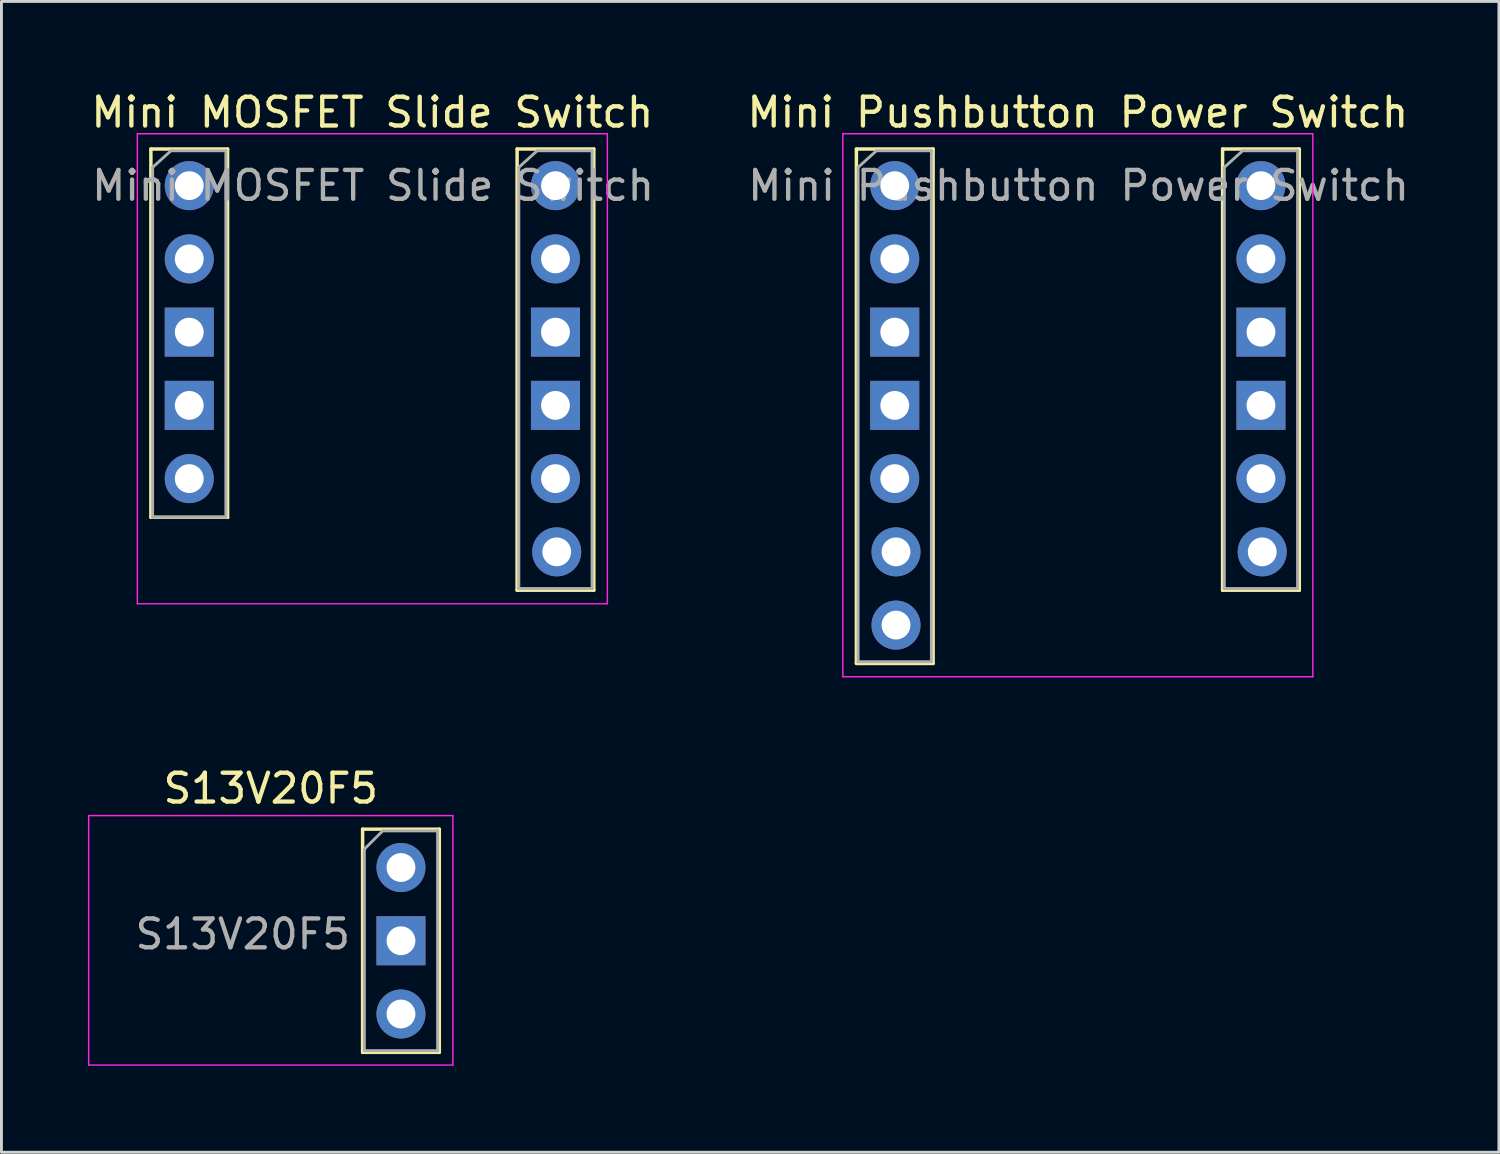
<source format=kicad_pcb>
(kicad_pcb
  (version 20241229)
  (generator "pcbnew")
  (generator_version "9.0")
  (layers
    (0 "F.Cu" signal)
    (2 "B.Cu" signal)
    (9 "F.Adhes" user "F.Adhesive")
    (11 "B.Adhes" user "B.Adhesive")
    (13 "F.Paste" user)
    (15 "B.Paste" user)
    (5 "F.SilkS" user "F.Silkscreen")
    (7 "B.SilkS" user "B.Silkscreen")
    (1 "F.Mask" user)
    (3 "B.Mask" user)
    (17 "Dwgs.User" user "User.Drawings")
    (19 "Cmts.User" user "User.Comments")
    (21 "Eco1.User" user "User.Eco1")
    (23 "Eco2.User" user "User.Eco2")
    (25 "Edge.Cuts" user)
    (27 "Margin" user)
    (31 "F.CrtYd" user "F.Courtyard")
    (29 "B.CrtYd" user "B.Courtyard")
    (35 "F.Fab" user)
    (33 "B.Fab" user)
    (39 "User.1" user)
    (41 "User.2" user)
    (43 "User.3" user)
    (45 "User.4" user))
  (footprint "Mini MOSFET Slide Switch"
    (layer "F.Cu")
    (at 9.863 3.388)
    (property "Reference" "Mini MOSFET Slide Switch" (at 0 -2.54 0) (layer "F.SilkS") (effects (font (size 1 1) (thickness 0.15))))
    (attr through_hole)
    (fp_line (start -7.68 -1.27) (end -7.68 11.5) (stroke (width 0.12) (type solid)) (layer "F.SilkS"))
    (fp_line (start -7.68 -1.27) (end -5.02 -1.27) (stroke (width 0.12) (type solid)) (layer "F.SilkS"))
    (fp_line (start -7.68 11.5) (end -5.02 11.5) (stroke (width 0.12) (type solid)) (layer "F.SilkS"))
    (fp_line (start -5.02 -1.27) (end -5.02 11.5) (stroke (width 0.12) (type solid)) (layer "F.SilkS"))
    (fp_line (start 5.02 -1.27) (end 5.02 14.03) (stroke (width 0.12) (type solid)) (layer "F.SilkS"))
    (fp_line (start 5.02 -1.27) (end 7.68 -1.27) (stroke (width 0.12) (type solid)) (layer "F.SilkS"))
    (fp_line (start 5.02 14.03) (end 7.68 14.03) (stroke (width 0.12) (type solid)) (layer "F.SilkS"))
    (fp_line (start 7.68 -1.27) (end 7.68 14.03) (stroke (width 0.12) (type solid)) (layer "F.SilkS"))
    (fp_line (start -8.15 -1.8) (end -8.15 14.5) (stroke (width 0.05) (type solid)) (layer "F.CrtYd"))
    (fp_line (start -8.15 14.5) (end 8.15 14.5) (stroke (width 0.05) (type solid)) (layer "F.CrtYd"))
    (fp_line (start 8.15 -1.8) (end -8.15 -1.8) (stroke (width 0.05) (type solid)) (layer "F.CrtYd"))
    (fp_line (start 8.15 -1.8) (end 8.15 14.5) (stroke (width 0.05) (type solid)) (layer "F.CrtYd"))
    (fp_line (start -7.62 -0.635) (end -6.985 -1.21) (stroke (width 0.1) (type solid)) (layer "F.Fab"))
    (fp_line (start -7.62 11.5) (end -7.62 -0.635) (stroke (width 0.1) (type solid)) (layer "F.Fab"))
    (fp_line (start -6.985 -1.21) (end -5.08 -1.21) (stroke (width 0.1) (type solid)) (layer "F.Fab"))
    (fp_line (start -5.08 -1.21) (end -5.08 11.5) (stroke (width 0.1) (type solid)) (layer "F.Fab"))
    (fp_line (start -5.08 11.5) (end -7.62 11.5) (stroke (width 0.1) (type solid)) (layer "F.Fab"))
    (fp_line (start 5.08 -0.635) (end 5.715 -1.21) (stroke (width 0.1) (type solid)) (layer "F.Fab"))
    (fp_line (start 5.08 13.97) (end 5.08 -0.635) (stroke (width 0.1) (type solid)) (layer "F.Fab"))
    (fp_line (start 5.715 -1.21) (end 7.62 -1.21) (stroke (width 0.1) (type solid)) (layer "F.Fab"))
    (fp_line (start 7.62 -1.21) (end 7.62 13.97) (stroke (width 0.1) (type solid)) (layer "F.Fab"))
    (fp_line (start 7.62 13.97) (end 5.08 13.97) (stroke (width 0.1) (type solid)) (layer "F.Fab"))
    (fp_text user "${REFERENCE}" (at 0.025 0 180) (layer "F.Fab") (effects (font (size 1 1) (thickness 0.15))))
    (pad "1" thru_hole oval (at -6.35 0) (size 1.7 1.7) (drill 1) (layers "*.Cu" "*.Mask"))
    (pad "1" thru_hole oval (at -6.35 2.54) (size 1.7 1.7) (drill 1) (layers "*.Cu" "*.Mask"))
    (pad "2" thru_hole oval (at 6.35 0) (size 1.7 1.7) (drill 1) (layers "*.Cu" "*.Mask"))
    (pad "2" thru_hole oval (at 6.35 2.54) (size 1.7 1.7) (drill 1) (layers "*.Cu" "*.Mask"))
    (pad "3" thru_hole rect (at -6.35 5.08) (size 1.7 1.7) (drill 1) (layers "*.Cu" "*.Mask"))
    (pad "3" thru_hole rect (at -6.35 7.62) (size 1.7 1.7) (drill 1) (layers "*.Cu" "*.Mask"))
    (pad "4" thru_hole rect (at 6.35 5.08) (size 1.7 1.7) (drill 1) (layers "*.Cu" "*.Mask"))
    (pad "4" thru_hole rect (at 6.35 7.62) (size 1.7 1.7) (drill 1) (layers "*.Cu" "*.Mask"))
    (pad "5" thru_hole oval (at -6.35 10.16) (size 1.7 1.7) (drill 1) (layers "*.Cu" "*.Mask"))
    (pad "6" thru_hole oval (at 6.35 10.16) (size 1.7 1.7) (drill 1) (layers "*.Cu" "*.Mask"))
    (pad "8" thru_hole oval (at 6.394 12.7) (size 1.7 1.7) (drill 1) (layers "*.Cu" "*.Mask")))
  (footprint "S13V20F5"
    (layer "F.Cu")
    (at 6.34 27.035)
    (property "Reference" "S13V20F5" (at 0 -2.743 0) (layer "F.SilkS") (effects (font (size 1 1) (thickness 0.15))))
    (attr through_hole)
    (fp_line (start 3.185 -1.33) (end 3.185 6.41) (stroke (width 0.12) (type solid)) (layer "F.SilkS"))
    (fp_line (start 3.185 -1.33) (end 5.845 -1.33) (stroke (width 0.12) (type solid)) (layer "F.SilkS"))
    (fp_line (start 3.185 6.41) (end 5.845 6.41) (stroke (width 0.12) (type solid)) (layer "F.SilkS"))
    (fp_line (start 5.845 -1.33) (end 5.845 6.41) (stroke (width 0.12) (type solid)) (layer "F.SilkS"))
    (fp_line (start -6.315 -1.8) (end -6.315 6.85) (stroke (width 0.05) (type solid)) (layer "F.CrtYd"))
    (fp_line (start -6.315 6.85) (end 6.315 6.85) (stroke (width 0.05) (type solid)) (layer "F.CrtYd"))
    (fp_line (start 6.315 -1.8) (end -6.315 -1.8) (stroke (width 0.05) (type solid)) (layer "F.CrtYd"))
    (fp_line (start 6.315 6.85) (end 6.315 -1.8) (stroke (width 0.05) (type solid)) (layer "F.CrtYd"))
    (fp_line (start 3.245 -0.635) (end 3.88 -1.27) (stroke (width 0.1) (type solid)) (layer "F.Fab"))
    (fp_line (start 3.245 6.35) (end 3.245 -0.635) (stroke (width 0.1) (type solid)) (layer "F.Fab"))
    (fp_line (start 3.88 -1.27) (end 5.785 -1.27) (stroke (width 0.1) (type solid)) (layer "F.Fab"))
    (fp_line (start 5.785 -1.27) (end 5.785 6.35) (stroke (width 0.1) (type solid)) (layer "F.Fab"))
    (fp_line (start 5.785 6.35) (end 3.245 6.35) (stroke (width 0.1) (type solid)) (layer "F.Fab"))
    (fp_text user "${REFERENCE}" (at -0.971 2.311 180) (layer "F.Fab") (effects (font (size 1 1) (thickness 0.15))))
    (pad "1" thru_hole oval (at 4.515 0) (size 1.7 1.7) (drill 1) (layers "*.Cu" "*.Mask"))
    (pad "2" thru_hole rect (at 4.515 2.54) (size 1.7 1.7) (drill 1) (layers "*.Cu" "*.Mask"))
    (pad "3" thru_hole oval (at 4.515 5.08) (size 1.7 1.7) (drill 1) (layers "*.Cu" "*.Mask")))
  (footprint "Mini Pushbutton Power Switch"
    (layer "F.Cu")
    (at 34.329 3.388)
    (property "Reference" "Mini Pushbutton Power Switch" (at 0 -2.54 0) (layer "F.SilkS") (effects (font (size 1 1) (thickness 0.15))))
    (attr through_hole)
    (fp_line (start -7.68 -1.27) (end -7.68 16.57) (stroke (width 0.12) (type solid)) (layer "F.SilkS"))
    (fp_line (start -7.68 -1.27) (end -5.02 -1.27) (stroke (width 0.12) (type solid)) (layer "F.SilkS"))
    (fp_line (start -7.68 16.57) (end -5.02 16.57) (stroke (width 0.12) (type solid)) (layer "F.SilkS"))
    (fp_line (start -5.02 -1.27) (end -5.02 16.57) (stroke (width 0.12) (type solid)) (layer "F.SilkS"))
    (fp_line (start 5.02 -1.27) (end 5.02 14.03) (stroke (width 0.12) (type solid)) (layer "F.SilkS"))
    (fp_line (start 5.02 -1.27) (end 7.68 -1.27) (stroke (width 0.12) (type solid)) (layer "F.SilkS"))
    (fp_line (start 5.02 14.03) (end 7.68 14.03) (stroke (width 0.12) (type solid)) (layer "F.SilkS"))
    (fp_line (start 7.68 -1.27) (end 7.68 14.03) (stroke (width 0.12) (type solid)) (layer "F.SilkS"))
    (fp_line (start -8.15 -1.8) (end -8.15 17.03) (stroke (width 0.05) (type solid)) (layer "F.CrtYd"))
    (fp_line (start -8.15 17.03) (end 8.15 17.03) (stroke (width 0.05) (type solid)) (layer "F.CrtYd"))
    (fp_line (start 8.15 -1.8) (end -8.15 -1.8) (stroke (width 0.05) (type solid)) (layer "F.CrtYd"))
    (fp_line (start 8.15 -1.8) (end 8.15 17.03) (stroke (width 0.05) (type solid)) (layer "F.CrtYd"))
    (fp_line (start -7.62 -0.635) (end -6.985 -1.21) (stroke (width 0.1) (type solid)) (layer "F.Fab"))
    (fp_line (start -7.62 16.51) (end -7.62 -0.635) (stroke (width 0.1) (type solid)) (layer "F.Fab"))
    (fp_line (start -6.985 -1.21) (end -5.08 -1.21) (stroke (width 0.1) (type solid)) (layer "F.Fab"))
    (fp_line (start -5.08 -1.21) (end -5.08 16.51) (stroke (width 0.1) (type solid)) (layer "F.Fab"))
    (fp_line (start -5.08 16.51) (end -7.62 16.51) (stroke (width 0.1) (type solid)) (layer "F.Fab"))
    (fp_line (start 5.08 -0.635) (end 5.715 -1.21) (stroke (width 0.1) (type solid)) (layer "F.Fab"))
    (fp_line (start 5.08 13.97) (end 5.08 -0.635) (stroke (width 0.1) (type solid)) (layer "F.Fab"))
    (fp_line (start 5.715 -1.21) (end 7.62 -1.21) (stroke (width 0.1) (type solid)) (layer "F.Fab"))
    (fp_line (start 7.62 -1.21) (end 7.62 13.97) (stroke (width 0.1) (type solid)) (layer "F.Fab"))
    (fp_line (start 7.62 13.97) (end 5.08 13.97) (stroke (width 0.1) (type solid)) (layer "F.Fab"))
    (fp_text user "${REFERENCE}" (at 0.025 0 180) (layer "F.Fab") (effects (font (size 1 1) (thickness 0.15))))
    (pad "1" thru_hole oval (at -6.35 0) (size 1.7 1.7) (drill 1) (layers "*.Cu" "*.Mask"))
    (pad "1" thru_hole oval (at -6.35 2.54) (size 1.7 1.7) (drill 1) (layers "*.Cu" "*.Mask"))
    (pad "2" thru_hole oval (at 6.35 0) (size 1.7 1.7) (drill 1) (layers "*.Cu" "*.Mask"))
    (pad "2" thru_hole oval (at 6.35 2.54) (size 1.7 1.7) (drill 1) (layers "*.Cu" "*.Mask"))
    (pad "3" thru_hole rect (at -6.35 5.08) (size 1.7 1.7) (drill 1) (layers "*.Cu" "*.Mask"))
    (pad "3" thru_hole rect (at -6.35 7.62) (size 1.7 1.7) (drill 1) (layers "*.Cu" "*.Mask"))
    (pad "4" thru_hole rect (at 6.35 5.08) (size 1.7 1.7) (drill 1) (layers "*.Cu" "*.Mask"))
    (pad "4" thru_hole rect (at 6.35 7.62) (size 1.7 1.7) (drill 1) (layers "*.Cu" "*.Mask"))
    (pad "5" thru_hole oval (at -6.35 10.16) (size 1.7 1.7) (drill 1) (layers "*.Cu" "*.Mask"))
    (pad "6" thru_hole oval (at 6.35 10.16) (size 1.7 1.7) (drill 1) (layers "*.Cu" "*.Mask"))
    (pad "7" thru_hole oval (at -6.306 12.7) (size 1.7 1.7) (drill 1) (layers "*.Cu" "*.Mask"))
    (pad "8" thru_hole oval (at 6.394 12.7) (size 1.7 1.7) (drill 1) (layers "*.Cu" "*.Mask"))
    (pad "9" thru_hole oval (at -6.306 15.24) (size 1.7 1.7) (drill 1) (layers "*.Cu" "*.Mask")))
  (gr_rect
    (start -3 -3)
    (end 48.932 36.91)
    (stroke (width 0.1) (type default))
    (fill no)
    (layer "Edge.Cuts")))
</source>
